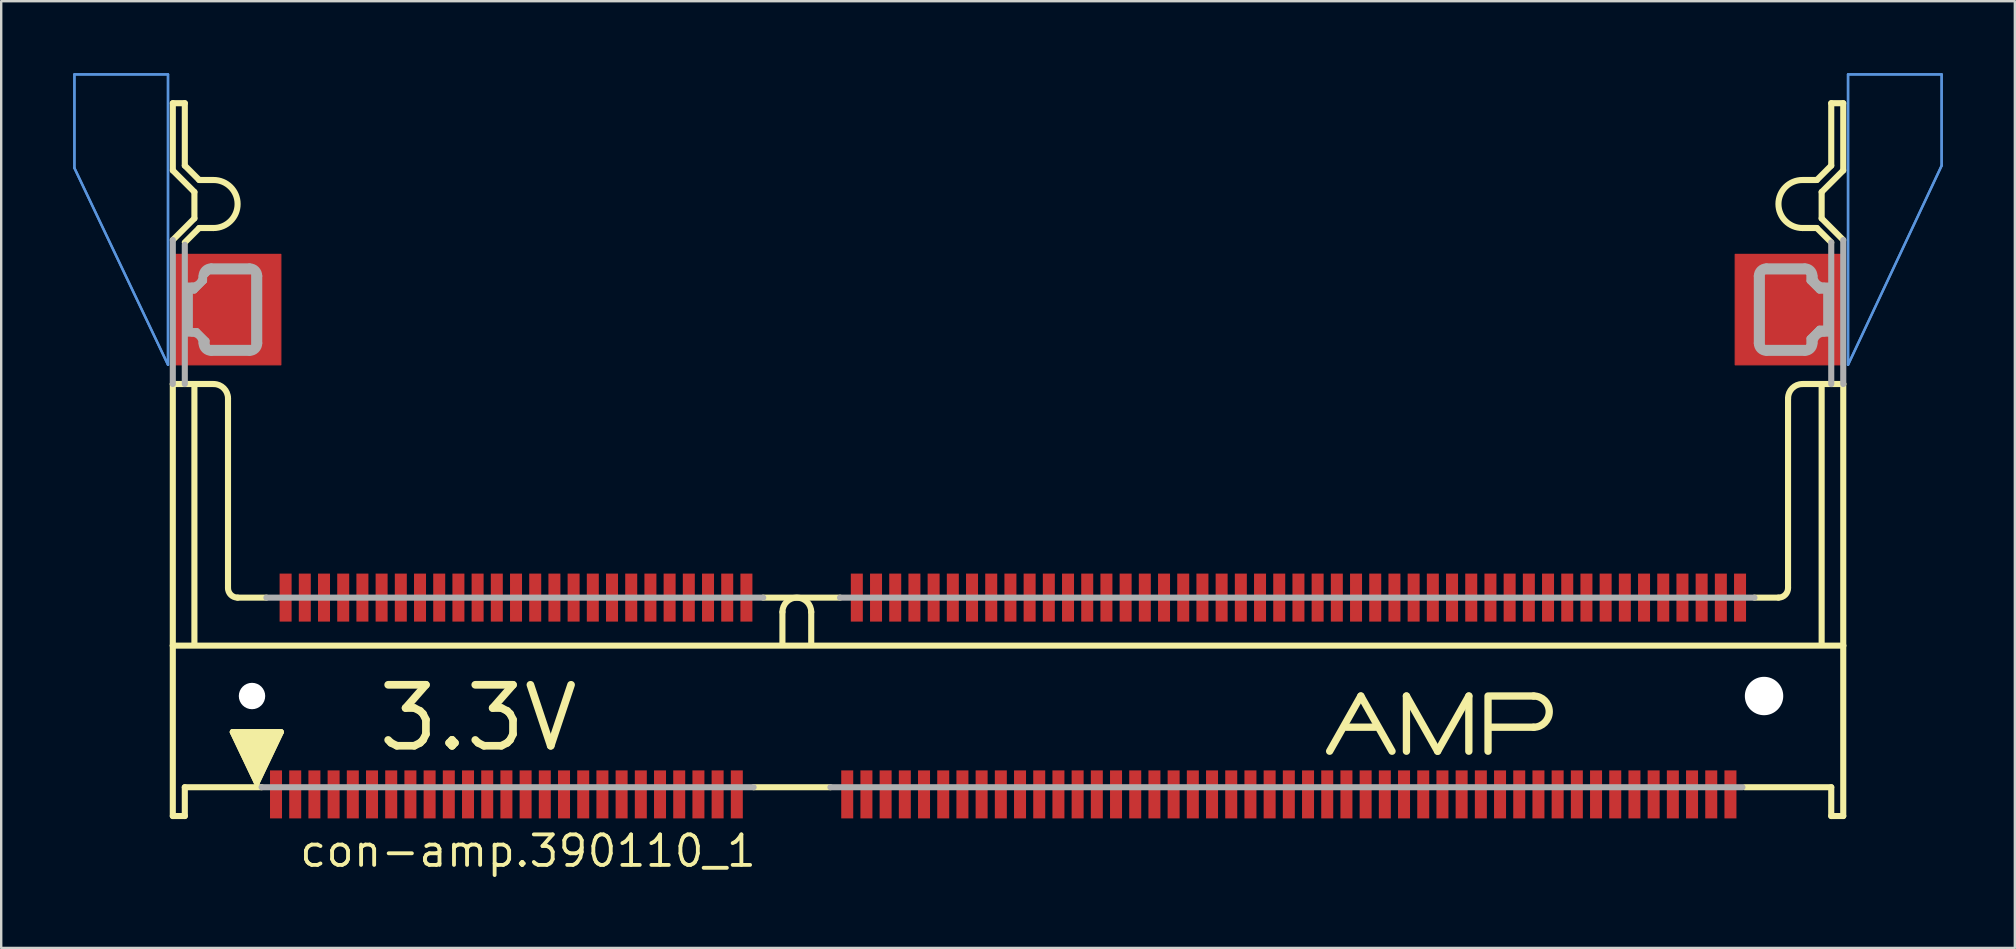
<source format=kicad_pcb>
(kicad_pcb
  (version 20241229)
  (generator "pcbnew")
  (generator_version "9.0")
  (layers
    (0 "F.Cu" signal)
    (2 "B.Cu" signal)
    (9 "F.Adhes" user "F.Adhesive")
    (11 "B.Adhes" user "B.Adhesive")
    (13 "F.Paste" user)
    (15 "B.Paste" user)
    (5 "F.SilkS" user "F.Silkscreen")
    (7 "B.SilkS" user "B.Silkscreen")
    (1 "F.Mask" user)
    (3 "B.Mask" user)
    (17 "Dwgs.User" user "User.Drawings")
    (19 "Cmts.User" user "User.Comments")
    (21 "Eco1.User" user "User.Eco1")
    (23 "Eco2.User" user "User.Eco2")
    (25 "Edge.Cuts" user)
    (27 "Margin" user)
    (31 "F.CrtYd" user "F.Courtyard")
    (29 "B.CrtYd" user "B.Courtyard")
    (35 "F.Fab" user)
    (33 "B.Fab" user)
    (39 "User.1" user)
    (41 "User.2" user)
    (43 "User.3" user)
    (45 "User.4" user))
  (footprint "con-amp.390110_1"
    (layer "F.Cu")
    (at 38.95 25.95)
    (property "Reference" "con-amp.390110_1" (at -29.6 7.2 0) (layer "F.SilkS") (effects (font (size 1.27 1.27) (thickness 0.16)) (justify left bottom)))
    (attr smd)
    (fp_rect (start -34.8 -13.8) (end -30.3 -18.4) (stroke (width 0.05) (type default)) (fill yes) (layer "F.Cu"))
    (fp_rect (start 30.3 -13.8) (end 34.8 -18.4) (stroke (width 0.05) (type default)) (fill yes) (layer "F.Cu"))
    (fp_rect (start -34.9 -13.725) (end -30.2 -18.475) (stroke (width 0.05) (type default)) (fill yes) (layer "F.Mask"))
    (fp_rect (start 30.225 -13.725) (end 34.925 -18.475) (stroke (width 0.05) (type default)) (fill yes) (layer "F.Mask"))
    (fp_line (start -34.8 -24.7) (end -34.8 -21.9) (stroke (width 0.254) (type default)) (layer "F.SilkS"))
    (fp_line (start -34.8 -21.9) (end -33.9 -21) (stroke (width 0.254) (type default)) (layer "F.SilkS"))
    (fp_line (start -34.8 -2.1) (end -34.8 -13) (stroke (width 0.254) (type default)) (layer "F.SilkS"))
    (fp_line (start -34.8 -2.1) (end 34.8 -2.1) (stroke (width 0.254) (type default)) (layer "F.SilkS"))
    (fp_line (start -34.8 5) (end -34.8 -2.1) (stroke (width 0.254) (type default)) (layer "F.SilkS"))
    (fp_line (start -34.3 -24.7) (end -34.8 -24.7) (stroke (width 0.254) (type default)) (layer "F.SilkS"))
    (fp_line (start -34.3 -22.1) (end -34.3 -24.7) (stroke (width 0.254) (type default)) (layer "F.SilkS"))
    (fp_line (start -34.3 -22.1) (end -33.7 -21.5) (stroke (width 0.254) (type default)) (layer "F.SilkS"))
    (fp_line (start -34.3 3.8) (end -34.3 5) (stroke (width 0.254) (type default)) (layer "F.SilkS"))
    (fp_line (start -34.3 5) (end -34.8 5) (stroke (width 0.254) (type default)) (layer "F.SilkS"))
    (fp_line (start -33.9 -21) (end -33.9 -19.9) (stroke (width 0.254) (type default)) (layer "F.SilkS"))
    (fp_line (start -33.9 -19.9) (end -34.8 -19) (stroke (width 0.254) (type default)) (layer "F.SilkS"))
    (fp_line (start -33.9 -13) (end -34.8 -13) (stroke (width 0.254) (type default)) (layer "F.SilkS"))
    (fp_line (start -33.9 -13) (end -33.1 -13) (stroke (width 0.254) (type default)) (layer "F.SilkS"))
    (fp_line (start -33.9 -2.2) (end -33.9 -13) (stroke (width 0.254) (type default)) (layer "F.SilkS"))
    (fp_line (start -33.7 -19.5) (end -34.3 -18.9) (stroke (width 0.254) (type default)) (layer "F.SilkS"))
    (fp_line (start -33.1 -21.5) (end -33.7 -21.5) (stroke (width 0.254) (type default)) (layer "F.SilkS"))
    (fp_line (start -33.1 -19.5) (end -33.7 -19.5) (stroke (width 0.254) (type default)) (layer "F.SilkS"))
    (fp_line (start -32.5 -12.4) (end -32.5 -4.5) (stroke (width 0.254) (type default)) (layer "F.SilkS"))
    (fp_line (start -32.3 1.5) (end -30.3 1.5) (stroke (width 0.254) (type default)) (layer "F.SilkS"))
    (fp_line (start -32.1 -4.1) (end -30.9 -4.1) (stroke (width 0.254) (type default)) (layer "F.SilkS"))
    (fp_line (start -31.3 3.6) (end -32.3 1.5) (stroke (width 0.254) (type default)) (layer "F.SilkS"))
    (fp_line (start -31.1 3.8) (end -34.3 3.8) (stroke (width 0.254) (type default)) (layer "F.SilkS"))
    (fp_line (start -30.3 1.5) (end -31.3 3.6) (stroke (width 0.254) (type default)) (layer "F.SilkS"))
    (fp_line (start -10.2 -4.1) (end -7 -4.1) (stroke (width 0.254) (type default)) (layer "F.SilkS"))
    (fp_line (start -9.4 -3.5) (end -9.4 -2.2) (stroke (width 0.254) (type default)) (layer "F.SilkS"))
    (fp_line (start -8.2 -3.5) (end -8.2 -2.2) (stroke (width 0.254) (type default)) (layer "F.SilkS"))
    (fp_line (start -7.4 3.8) (end -10.6 3.8) (stroke (width 0.254) (type default)) (layer "F.SilkS"))
    (fp_line (start 14.1 1.3) (end 15.3 1.3) (stroke (width 0.305) (type default)) (layer "F.SilkS"))
    (fp_line (start 14.7 0) (end 13.4 2.3) (stroke (width 0.305) (type default)) (layer "F.SilkS"))
    (fp_line (start 14.7 0) (end 16 2.3) (stroke (width 0.305) (type default)) (layer "F.SilkS"))
    (fp_line (start 16.6 0) (end 17.9 2.3) (stroke (width 0.305) (type default)) (layer "F.SilkS"))
    (fp_line (start 16.6 2.3) (end 16.6 0) (stroke (width 0.305) (type default)) (layer "F.SilkS"))
    (fp_line (start 17.9 2.3) (end 19.2 0) (stroke (width 0.305) (type default)) (layer "F.SilkS"))
    (fp_line (start 19.2 0) (end 19.2 2.3) (stroke (width 0.305) (type default)) (layer "F.SilkS"))
    (fp_line (start 20 2.3) (end 20 0) (stroke (width 0.305) (type default)) (layer "F.SilkS"))
    (fp_line (start 20.1 0) (end 21.9 0) (stroke (width 0.305) (type default)) (layer "F.SilkS"))
    (fp_line (start 20.1 1.3) (end 21.9 1.3) (stroke (width 0.305) (type default)) (layer "F.SilkS"))
    (fp_line (start 32.1 -4.1) (end 31.1 -4.1) (stroke (width 0.254) (type default)) (layer "F.SilkS"))
    (fp_line (start 32.5 -4.5) (end 32.5 -12.4) (stroke (width 0.254) (type default)) (layer "F.SilkS"))
    (fp_line (start 33.1 -21.5) (end 33.7 -21.5) (stroke (width 0.254) (type default)) (layer "F.SilkS"))
    (fp_line (start 33.1 -19.5) (end 33.7 -19.5) (stroke (width 0.254) (type default)) (layer "F.SilkS"))
    (fp_line (start 33.1 -13) (end 33.9 -13) (stroke (width 0.254) (type default)) (layer "F.SilkS"))
    (fp_line (start 33.7 -19.5) (end 34.3 -18.9) (stroke (width 0.254) (type default)) (layer "F.SilkS"))
    (fp_line (start 33.9 -21) (end 33.9 -19.9) (stroke (width 0.254) (type default)) (layer "F.SilkS"))
    (fp_line (start 33.9 -19.9) (end 34.8 -19) (stroke (width 0.254) (type default)) (layer "F.SilkS"))
    (fp_line (start 33.9 -13) (end 34.8 -13) (stroke (width 0.254) (type default)) (layer "F.SilkS"))
    (fp_line (start 33.9 -2.2) (end 33.9 -13) (stroke (width 0.254) (type default)) (layer "F.SilkS"))
    (fp_line (start 34.3 -24.7) (end 34.8 -24.7) (stroke (width 0.254) (type default)) (layer "F.SilkS"))
    (fp_line (start 34.3 -22.1) (end 33.7 -21.5) (stroke (width 0.254) (type default)) (layer "F.SilkS"))
    (fp_line (start 34.3 -22.1) (end 34.3 -24.7) (stroke (width 0.254) (type default)) (layer "F.SilkS"))
    (fp_line (start 34.3 3.8) (end 30.7 3.8) (stroke (width 0.254) (type default)) (layer "F.SilkS"))
    (fp_line (start 34.3 5) (end 34.3 3.8) (stroke (width 0.254) (type default)) (layer "F.SilkS"))
    (fp_line (start 34.8 -24.7) (end 34.8 -21.9) (stroke (width 0.254) (type default)) (layer "F.SilkS"))
    (fp_line (start 34.8 -21.9) (end 33.9 -21) (stroke (width 0.254) (type default)) (layer "F.SilkS"))
    (fp_line (start 34.8 -13) (end 34.8 -2.1) (stroke (width 0.254) (type default)) (layer "F.SilkS"))
    (fp_line (start 34.8 -2.1) (end 34.8 5) (stroke (width 0.254) (type default)) (layer "F.SilkS"))
    (fp_line (start 34.8 5) (end 34.3 5) (stroke (width 0.254) (type default)) (layer "F.SilkS"))
    (fp_arc (start -33.1 -21.5) (mid -32.1 -20.5) (end -33.1 -19.5) (stroke (width 0.254) (type default)) (layer "F.SilkS"))
    (fp_arc (start -33.1 -13) (mid -32.675736 -12.824264) (end -32.5 -12.4) (stroke (width 0.254) (type default)) (layer "F.SilkS"))
    (fp_arc (start -32.1 -4.1) (mid -32.382843 -4.217157) (end -32.5 -4.5) (stroke (width 0.254) (type default)) (layer "F.SilkS"))
    (fp_arc (start -9.4 -3.5) (mid -8.8 -4.1) (end -8.2 -3.5) (stroke (width 0.254) (type default)) (layer "F.SilkS"))
    (fp_arc (start 21.9 0) (mid 22.55 0.65) (end 21.9 1.3) (stroke (width 0.3048) (type default)) (layer "F.SilkS"))
    (fp_arc (start 32.5 -12.4) (mid 32.675736 -12.824264) (end 33.1 -13) (stroke (width 0.254) (type default)) (layer "F.SilkS"))
    (fp_arc (start 32.5 -4.5) (mid 32.382843 -4.217157) (end 32.1 -4.1) (stroke (width 0.254) (type default)) (layer "F.SilkS"))
    (fp_arc (start 33.1 -19.5) (mid 32.1 -20.5) (end 33.1 -21.5) (stroke (width 0.254) (type default)) (layer "F.SilkS"))
    (fp_poly (pts (xy -31.3 3.6) (xy -32.3 1.5) (xy -30.3 1.5)) (stroke (width 0.254) (type default)) (fill yes) (layer "F.SilkS"))
    (fp_rect (start -34.55 -14.025) (end -30.775 -18.2) (stroke (width 0.05) (type default)) (fill yes) (layer "F.Paste"))
    (fp_rect (start 30.775 -14.025) (end 34.55 -18.2) (stroke (width 0.05) (type default)) (fill yes) (layer "F.Paste"))
    (fp_line (start -38.9 -25.9) (end -35 -25.9) (stroke (width 0.1) (type default)) (layer "Cmts.User"))
    (fp_line (start -38.9 -22) (end -38.9 -25.9) (stroke (width 0.1) (type default)) (layer "Cmts.User"))
    (fp_line (start -35 -25.9) (end -35 -13.8) (stroke (width 0.1) (type default)) (layer "Cmts.User"))
    (fp_line (start -35 -13.8) (end -38.9 -22) (stroke (width 0.1) (type default)) (layer "Cmts.User"))
    (fp_line (start 35 -25.9) (end 38.9 -25.9) (stroke (width 0.1) (type default)) (layer "Cmts.User"))
    (fp_line (start 35 -13.8) (end 35 -25.9) (stroke (width 0.1) (type default)) (layer "Cmts.User"))
    (fp_line (start 38.9 -25.9) (end 38.9 -22.1) (stroke (width 0.1) (type default)) (layer "Cmts.User"))
    (fp_line (start 38.9 -22.1) (end 35 -13.8) (stroke (width 0.1) (type default)) (layer "Cmts.User"))
    (fp_poly (pts (xy -38.9 -25.9) (xy -35 -25.9) (xy -35 -13.8) (xy -38.9 -22)) (stroke (width 0.1) (type default)) (fill no) (layer "Cmts.User"))
    (fp_poly (pts (xy 38.9 -25.9) (xy 38.9 -22.1) (xy 35 -13.8) (xy 35 -25.9)) (stroke (width 0.1) (type default)) (fill no) (layer "Cmts.User"))
    (fp_line (start -34.8 -13) (end -34.8 -19) (stroke (width 0.254) (type default)) (layer "F.Fab"))
    (fp_line (start -34.3 -13) (end -34.3 -18.8) (stroke (width 0.254) (type default)) (layer "F.Fab"))
    (fp_line (start -34.1 -16.9) (end -33.9 -16.9) (stroke (width 0.254) (type default)) (layer "F.Fab"))
    (fp_line (start -34.1 -15.2) (end -34.1 -16.9) (stroke (width 0.254) (type default)) (layer "F.Fab"))
    (fp_line (start -34 -17.1) (end -34.2 -17.1) (stroke (width 0.254) (type default)) (layer "F.Fab"))
    (fp_line (start -34 -15.1) (end -34.2 -15.1) (stroke (width 0.254) (type default)) (layer "F.Fab"))
    (fp_line (start -33.9 -16.9) (end -33.5 -17.3) (stroke (width 0.254) (type default)) (layer "F.Fab"))
    (fp_line (start -33.8 -15.2) (end -34.1 -15.2) (stroke (width 0.254) (type default)) (layer "F.Fab"))
    (fp_line (start -33.5 -17.5) (end -33.3 -17.7) (stroke (width 0.254) (type default)) (layer "F.Fab"))
    (fp_line (start -33.5 -17.3) (end -33.5 -17.5) (stroke (width 0.254) (type default)) (layer "F.Fab"))
    (fp_line (start -33.4 -14.8) (end -33.8 -15.2) (stroke (width 0.254) (type default)) (layer "F.Fab"))
    (fp_line (start -33.4 -14.6) (end -33.4 -14.8) (stroke (width 0.254) (type default)) (layer "F.Fab"))
    (fp_line (start -33.3 -17.7) (end -31.4 -17.7) (stroke (width 0.254) (type default)) (layer "F.Fab"))
    (fp_line (start -33.3 -14.5) (end -33.4 -14.6) (stroke (width 0.254) (type default)) (layer "F.Fab"))
    (fp_line (start -33.2 -17.9) (end -31.6 -17.9) (stroke (width 0.254) (type default)) (layer "F.Fab"))
    (fp_line (start -31.6 -14.3) (end -33.2 -14.3) (stroke (width 0.254) (type default)) (layer "F.Fab"))
    (fp_line (start -31.4 -17.7) (end -31.4 -14.5) (stroke (width 0.254) (type default)) (layer "F.Fab"))
    (fp_line (start -31.4 -14.5) (end -33.3 -14.5) (stroke (width 0.254) (type default)) (layer "F.Fab"))
    (fp_line (start -31.2 -17.5) (end -31.2 -14.7) (stroke (width 0.254) (type default)) (layer "F.Fab"))
    (fp_line (start -31.1 3.8) (end -10.6 3.8) (stroke (width 0.254) (type default)) (layer "F.Fab"))
    (fp_line (start -30.9 -4.1) (end -10.2 -4.1) (stroke (width 0.254) (type default)) (layer "F.Fab"))
    (fp_line (start -7.4 3.8) (end 30.6 3.8) (stroke (width 0.254) (type default)) (layer "F.Fab"))
    (fp_line (start -7 -4.1) (end 31.1 -4.1) (stroke (width 0.254) (type default)) (layer "F.Fab"))
    (fp_line (start 31.2 -17.5) (end 31.2 -14.7) (stroke (width 0.254) (type default)) (layer "F.Fab"))
    (fp_line (start 31.4 -17.6) (end 31.5 -17.7) (stroke (width 0.254) (type default)) (layer "F.Fab"))
    (fp_line (start 31.4 -14.6) (end 31.4 -17.6) (stroke (width 0.254) (type default)) (layer "F.Fab"))
    (fp_line (start 31.5 -17.7) (end 33.3 -17.7) (stroke (width 0.254) (type default)) (layer "F.Fab"))
    (fp_line (start 31.5 -14.5) (end 31.4 -14.6) (stroke (width 0.254) (type default)) (layer "F.Fab"))
    (fp_line (start 31.6 -14.3) (end 33.2 -14.3) (stroke (width 0.254) (type default)) (layer "F.Fab"))
    (fp_line (start 33.2 -17.9) (end 31.6 -17.9) (stroke (width 0.254) (type default)) (layer "F.Fab"))
    (fp_line (start 33.3 -17.7) (end 33.4 -17.6) (stroke (width 0.254) (type default)) (layer "F.Fab"))
    (fp_line (start 33.3 -14.5) (end 31.5 -14.5) (stroke (width 0.254) (type default)) (layer "F.Fab"))
    (fp_line (start 33.4 -17.6) (end 33.4 -17.3) (stroke (width 0.254) (type default)) (layer "F.Fab"))
    (fp_line (start 33.4 -17.3) (end 33.8 -16.9) (stroke (width 0.254) (type default)) (layer "F.Fab"))
    (fp_line (start 33.4 -14.9) (end 33.4 -14.6) (stroke (width 0.254) (type default)) (layer "F.Fab"))
    (fp_line (start 33.4 -14.6) (end 33.3 -14.5) (stroke (width 0.254) (type default)) (layer "F.Fab"))
    (fp_line (start 33.8 -16.9) (end 34.1 -16.9) (stroke (width 0.254) (type default)) (layer "F.Fab"))
    (fp_line (start 33.8 -15.3) (end 33.4 -14.9) (stroke (width 0.254) (type default)) (layer "F.Fab"))
    (fp_line (start 34 -17.1) (end 34.2 -17.1) (stroke (width 0.254) (type default)) (layer "F.Fab"))
    (fp_line (start 34 -15.1) (end 34.2 -15.1) (stroke (width 0.254) (type default)) (layer "F.Fab"))
    (fp_line (start 34.1 -16.9) (end 34.1 -15.3) (stroke (width 0.254) (type default)) (layer "F.Fab"))
    (fp_line (start 34.1 -15.3) (end 33.8 -15.3) (stroke (width 0.254) (type default)) (layer "F.Fab"))
    (fp_line (start 34.3 -18.9) (end 34.3 -13) (stroke (width 0.254) (type default)) (layer "F.Fab"))
    (fp_line (start 34.8 -19) (end 34.8 -13) (stroke (width 0.254) (type default)) (layer "F.Fab"))
    (fp_arc (start -34 -15.1) (mid -33.717157 -14.982843) (end -33.6 -14.7) (stroke (width 0.254) (type default)) (layer "F.Fab"))
    (fp_arc (start -33.6 -17.5) (mid -33.717157 -17.217157) (end -34 -17.1) (stroke (width 0.254) (type default)) (layer "F.Fab"))
    (fp_arc (start -33.6 -17.5) (mid -33.482843 -17.782843) (end -33.2 -17.9) (stroke (width 0.254) (type default)) (layer "F.Fab"))
    (fp_arc (start -33.2 -14.3) (mid -33.482843 -14.417157) (end -33.6 -14.7) (stroke (width 0.254) (type default)) (layer "F.Fab"))
    (fp_arc (start -31.6 -17.9) (mid -31.317157 -17.782843) (end -31.2 -17.5) (stroke (width 0.254) (type default)) (layer "F.Fab"))
    (fp_arc (start -31.2 -14.7) (mid -31.317157 -14.417157) (end -31.6 -14.3) (stroke (width 0.254) (type default)) (layer "F.Fab"))
    (fp_arc (start 31.2 -17.5) (mid 31.317157 -17.782843) (end 31.6 -17.9) (stroke (width 0.254) (type default)) (layer "F.Fab"))
    (fp_arc (start 31.6 -14.3) (mid 31.317157 -14.417157) (end 31.2 -14.7) (stroke (width 0.254) (type default)) (layer "F.Fab"))
    (fp_arc (start 33.2 -17.9) (mid 33.482843 -17.782843) (end 33.6 -17.5) (stroke (width 0.254) (type default)) (layer "F.Fab"))
    (fp_arc (start 33.6 -14.7) (mid 33.482843 -14.417157) (end 33.2 -14.3) (stroke (width 0.254) (type default)) (layer "F.Fab"))
    (fp_arc (start 33.6 -14.7) (mid 33.717157 -14.982843) (end 34 -15.1) (stroke (width 0.254) (type default)) (layer "F.Fab"))
    (fp_arc (start 34 -17.1) (mid 33.717157 -17.217157) (end 33.6 -17.5) (stroke (width 0.254) (type default)) (layer "F.Fab"))
    (fp_poly (pts (xy -34.1 -16.9) (xy -33.9 -16.9) (xy -33.5 -17.3) (xy -33.5 -17.5) (xy -33.3 -17.7) (xy -31.4 -17.7) (xy -31.4 -14.5) (xy -33.3 -14.5) (xy -33.4 -14.6) (xy -33.4 -14.8) (xy -33.8 -15.2) (xy -34.1 -15.2) (xy -34.1 -16.8)) (stroke (width 0.254) (type default)) (fill no) (layer "F.Fab"))
    (fp_poly (pts (xy 31.4 -17.6) (xy 31.5 -17.7) (xy 33.3 -17.7) (xy 33.4 -17.6) (xy 33.4 -17.3) (xy 33.8 -16.9) (xy 34.1 -16.9) (xy 34.1 -15.3) (xy 33.8 -15.3) (xy 33.4 -14.9) (xy 33.4 -14.6) (xy 33.3 -14.5) (xy 31.5 -14.5) (xy 31.4 -14.6) (xy 31.4 -17.5)) (stroke (width 0.254) (type default)) (fill no) (layer "F.Fab"))
    (fp_text user "3.3V" (at -26.4 2.4 0) (layer "F.SilkS") (effects (font (size 2.54 2.54) (thickness 0.32)) (justify left bottom)))
    (pad "" np_thru_hole circle (at -31.5 0) (size 1.1 1.1) (drill 1.1) (layers "*.Cu" "*.Mask"))
    (pad "" np_thru_hole circle (at 31.5 0) (size 1.6 1.6) (drill 1.6) (layers "*.Cu" "*.Mask"))
    (pad "1" smd roundrect (at -30.5 4.1) (size 0.5 2) (layers "F.Cu" "F.Mask" "F.Paste") (roundrect_rratio 0.01))
    (pad "2" smd roundrect (at -29.7 4.1) (size 0.5 2) (layers "F.Cu" "F.Mask" "F.Paste") (roundrect_rratio 0.01))
    (pad "3" smd roundrect (at -28.9 4.1) (size 0.5 2) (layers "F.Cu" "F.Mask" "F.Paste") (roundrect_rratio 0.01))
    (pad "4" smd roundrect (at -28.1 4.1) (size 0.5 2) (layers "F.Cu" "F.Mask" "F.Paste") (roundrect_rratio 0.01))
    (pad "5" smd roundrect (at -27.3 4.1) (size 0.5 2) (layers "F.Cu" "F.Mask" "F.Paste") (roundrect_rratio 0.01))
    (pad "6" smd roundrect (at -26.5 4.1) (size 0.5 2) (layers "F.Cu" "F.Mask" "F.Paste") (roundrect_rratio 0.01))
    (pad "7" smd roundrect (at -25.7 4.1) (size 0.5 2) (layers "F.Cu" "F.Mask" "F.Paste") (roundrect_rratio 0.01))
    (pad "8" smd roundrect (at -24.9 4.1) (size 0.5 2) (layers "F.Cu" "F.Mask" "F.Paste") (roundrect_rratio 0.01))
    (pad "9" smd roundrect (at -24.1 4.1) (size 0.5 2) (layers "F.Cu" "F.Mask" "F.Paste") (roundrect_rratio 0.01))
    (pad "10" smd roundrect (at -23.3 4.1) (size 0.5 2) (layers "F.Cu" "F.Mask" "F.Paste") (roundrect_rratio 0.01))
    (pad "11" smd roundrect (at -22.5 4.1) (size 0.5 2) (layers "F.Cu" "F.Mask" "F.Paste") (roundrect_rratio 0.01))
    (pad "12" smd roundrect (at -21.7 4.1) (size 0.5 2) (layers "F.Cu" "F.Mask" "F.Paste") (roundrect_rratio 0.01))
    (pad "13" smd roundrect (at -20.9 4.1) (size 0.5 2) (layers "F.Cu" "F.Mask" "F.Paste") (roundrect_rratio 0.01))
    (pad "14" smd roundrect (at -20.1 4.1) (size 0.5 2) (layers "F.Cu" "F.Mask" "F.Paste") (roundrect_rratio 0.01))
    (pad "15" smd roundrect (at -19.3 4.1) (size 0.5 2) (layers "F.Cu" "F.Mask" "F.Paste") (roundrect_rratio 0.01))
    (pad "16" smd roundrect (at -18.5 4.1) (size 0.5 2) (layers "F.Cu" "F.Mask" "F.Paste") (roundrect_rratio 0.01))
    (pad "17" smd roundrect (at -17.7 4.1) (size 0.5 2) (layers "F.Cu" "F.Mask" "F.Paste") (roundrect_rratio 0.01))
    (pad "18" smd roundrect (at -16.9 4.1) (size 0.5 2) (layers "F.Cu" "F.Mask" "F.Paste") (roundrect_rratio 0.01))
    (pad "19" smd roundrect (at -16.1 4.1) (size 0.5 2) (layers "F.Cu" "F.Mask" "F.Paste") (roundrect_rratio 0.01))
    (pad "20" smd roundrect (at -15.3 4.1) (size 0.5 2) (layers "F.Cu" "F.Mask" "F.Paste") (roundrect_rratio 0.01))
    (pad "21" smd roundrect (at -14.5 4.1) (size 0.5 2) (layers "F.Cu" "F.Mask" "F.Paste") (roundrect_rratio 0.01))
    (pad "22" smd roundrect (at -13.7 4.1) (size 0.5 2) (layers "F.Cu" "F.Mask" "F.Paste") (roundrect_rratio 0.01))
    (pad "23" smd roundrect (at -12.9 4.1) (size 0.5 2) (layers "F.Cu" "F.Mask" "F.Paste") (roundrect_rratio 0.01))
    (pad "24" smd roundrect (at -12.1 4.1) (size 0.5 2) (layers "F.Cu" "F.Mask" "F.Paste") (roundrect_rratio 0.01))
    (pad "25" smd roundrect (at -11.3 4.1) (size 0.5 2) (layers "F.Cu" "F.Mask" "F.Paste") (roundrect_rratio 0.01))
    (pad "26" smd roundrect (at -6.7 4.1) (size 0.5 2) (layers "F.Cu" "F.Mask" "F.Paste") (roundrect_rratio 0.01))
    (pad "27" smd roundrect (at -5.9 4.1) (size 0.5 2) (layers "F.Cu" "F.Mask" "F.Paste") (roundrect_rratio 0.01))
    (pad "28" smd roundrect (at -5.1 4.1) (size 0.5 2) (layers "F.Cu" "F.Mask" "F.Paste") (roundrect_rratio 0.01))
    (pad "29" smd roundrect (at -4.3 4.1) (size 0.5 2) (layers "F.Cu" "F.Mask" "F.Paste") (roundrect_rratio 0.01))
    (pad "30" smd roundrect (at -3.5 4.1) (size 0.5 2) (layers "F.Cu" "F.Mask" "F.Paste") (roundrect_rratio 0.01))
    (pad "31" smd roundrect (at -2.7 4.1) (size 0.5 2) (layers "F.Cu" "F.Mask" "F.Paste") (roundrect_rratio 0.01))
    (pad "32" smd roundrect (at -1.9 4.1) (size 0.5 2) (layers "F.Cu" "F.Mask" "F.Paste") (roundrect_rratio 0.01))
    (pad "33" smd roundrect (at -1.1 4.1) (size 0.5 2) (layers "F.Cu" "F.Mask" "F.Paste") (roundrect_rratio 0.01))
    (pad "34" smd roundrect (at -0.3 4.1) (size 0.5 2) (layers "F.Cu" "F.Mask" "F.Paste") (roundrect_rratio 0.01))
    (pad "35" smd roundrect (at 0.5 4.1) (size 0.5 2) (layers "F.Cu" "F.Mask" "F.Paste") (roundrect_rratio 0.01))
    (pad "36" smd roundrect (at 1.3 4.1) (size 0.5 2) (layers "F.Cu" "F.Mask" "F.Paste") (roundrect_rratio 0.01))
    (pad "37" smd roundrect (at 2.1 4.1) (size 0.5 2) (layers "F.Cu" "F.Mask" "F.Paste") (roundrect_rratio 0.01))
    (pad "38" smd roundrect (at 2.9 4.1) (size 0.5 2) (layers "F.Cu" "F.Mask" "F.Paste") (roundrect_rratio 0.01))
    (pad "39" smd roundrect (at 3.7 4.1) (size 0.5 2) (layers "F.Cu" "F.Mask" "F.Paste") (roundrect_rratio 0.01))
    (pad "40" smd roundrect (at 4.5 4.1) (size 0.5 2) (layers "F.Cu" "F.Mask" "F.Paste") (roundrect_rratio 0.01))
    (pad "41" smd roundrect (at 5.3 4.1) (size 0.5 2) (layers "F.Cu" "F.Mask" "F.Paste") (roundrect_rratio 0.01))
    (pad "42" smd roundrect (at 6.1 4.1) (size 0.5 2) (layers "F.Cu" "F.Mask" "F.Paste") (roundrect_rratio 0.01))
    (pad "43" smd roundrect (at 6.9 4.1) (size 0.5 2) (layers "F.Cu" "F.Mask" "F.Paste") (roundrect_rratio 0.01))
    (pad "44" smd roundrect (at 7.7 4.1) (size 0.5 2) (layers "F.Cu" "F.Mask" "F.Paste") (roundrect_rratio 0.01))
    (pad "45" smd roundrect (at 8.5 4.1) (size 0.5 2) (layers "F.Cu" "F.Mask" "F.Paste") (roundrect_rratio 0.01))
    (pad "46" smd roundrect (at 9.3 4.1) (size 0.5 2) (layers "F.Cu" "F.Mask" "F.Paste") (roundrect_rratio 0.01))
    (pad "47" smd roundrect (at 10.1 4.1) (size 0.5 2) (layers "F.Cu" "F.Mask" "F.Paste") (roundrect_rratio 0.01))
    (pad "48" smd roundrect (at 10.9 4.1) (size 0.5 2) (layers "F.Cu" "F.Mask" "F.Paste") (roundrect_rratio 0.01))
    (pad "49" smd roundrect (at 11.7 4.1) (size 0.5 2) (layers "F.Cu" "F.Mask" "F.Paste") (roundrect_rratio 0.01))
    (pad "50" smd roundrect (at 12.5 4.1) (size 0.5 2) (layers "F.Cu" "F.Mask" "F.Paste") (roundrect_rratio 0.01))
    (pad "51" smd roundrect (at 13.3 4.1) (size 0.5 2) (layers "F.Cu" "F.Mask" "F.Paste") (roundrect_rratio 0.01))
    (pad "52" smd roundrect (at 14.1 4.1) (size 0.5 2) (layers "F.Cu" "F.Mask" "F.Paste") (roundrect_rratio 0.01))
    (pad "53" smd roundrect (at 14.9 4.1) (size 0.5 2) (layers "F.Cu" "F.Mask" "F.Paste") (roundrect_rratio 0.01))
    (pad "54" smd roundrect (at 15.7 4.1) (size 0.5 2) (layers "F.Cu" "F.Mask" "F.Paste") (roundrect_rratio 0.01))
    (pad "55" smd roundrect (at 16.5 4.1) (size 0.5 2) (layers "F.Cu" "F.Mask" "F.Paste") (roundrect_rratio 0.01))
    (pad "56" smd roundrect (at 17.3 4.1) (size 0.5 2) (layers "F.Cu" "F.Mask" "F.Paste") (roundrect_rratio 0.01))
    (pad "57" smd roundrect (at 18.1 4.1) (size 0.5 2) (layers "F.Cu" "F.Mask" "F.Paste") (roundrect_rratio 0.01))
    (pad "58" smd roundrect (at 18.9 4.1) (size 0.5 2) (layers "F.Cu" "F.Mask" "F.Paste") (roundrect_rratio 0.01))
    (pad "59" smd roundrect (at 19.7 4.1) (size 0.5 2) (layers "F.Cu" "F.Mask" "F.Paste") (roundrect_rratio 0.01))
    (pad "60" smd roundrect (at 20.5 4.1) (size 0.5 2) (layers "F.Cu" "F.Mask" "F.Paste") (roundrect_rratio 0.01))
    (pad "61" smd roundrect (at 21.3 4.1) (size 0.5 2) (layers "F.Cu" "F.Mask" "F.Paste") (roundrect_rratio 0.01))
    (pad "62" smd roundrect (at 22.1 4.1) (size 0.5 2) (layers "F.Cu" "F.Mask" "F.Paste") (roundrect_rratio 0.01))
    (pad "63" smd roundrect (at 22.9 4.1) (size 0.5 2) (layers "F.Cu" "F.Mask" "F.Paste") (roundrect_rratio 0.01))
    (pad "64" smd roundrect (at 23.7 4.1) (size 0.5 2) (layers "F.Cu" "F.Mask" "F.Paste") (roundrect_rratio 0.01))
    (pad "65" smd roundrect (at 24.5 4.1) (size 0.5 2) (layers "F.Cu" "F.Mask" "F.Paste") (roundrect_rratio 0.01))
    (pad "66" smd roundrect (at 25.3 4.1) (size 0.5 2) (layers "F.Cu" "F.Mask" "F.Paste") (roundrect_rratio 0.01))
    (pad "67" smd roundrect (at 26.1 4.1) (size 0.5 2) (layers "F.Cu" "F.Mask" "F.Paste") (roundrect_rratio 0.01))
    (pad "68" smd roundrect (at 26.9 4.1) (size 0.5 2) (layers "F.Cu" "F.Mask" "F.Paste") (roundrect_rratio 0.01))
    (pad "69" smd roundrect (at 27.7 4.1) (size 0.5 2) (layers "F.Cu" "F.Mask" "F.Paste") (roundrect_rratio 0.01))
    (pad "70" smd roundrect (at 28.5 4.1) (size 0.5 2) (layers "F.Cu" "F.Mask" "F.Paste") (roundrect_rratio 0.01))
    (pad "71" smd roundrect (at 29.3 4.1) (size 0.5 2) (layers "F.Cu" "F.Mask" "F.Paste") (roundrect_rratio 0.01))
    (pad "72" smd roundrect (at 30.1 4.1) (size 0.5 2) (layers "F.Cu" "F.Mask" "F.Paste") (roundrect_rratio 0.01))
    (pad "73" smd roundrect (at -30.1 -4.1) (size 0.5 2) (layers "F.Cu" "F.Mask" "F.Paste") (roundrect_rratio 0.01))
    (pad "74" smd roundrect (at -29.3 -4.1) (size 0.5 2) (layers "F.Cu" "F.Mask" "F.Paste") (roundrect_rratio 0.01))
    (pad "75" smd roundrect (at -28.5 -4.1) (size 0.5 2) (layers "F.Cu" "F.Mask" "F.Paste") (roundrect_rratio 0.01))
    (pad "76" smd roundrect (at -27.7 -4.1) (size 0.5 2) (layers "F.Cu" "F.Mask" "F.Paste") (roundrect_rratio 0.01))
    (pad "77" smd roundrect (at -26.9 -4.1) (size 0.5 2) (layers "F.Cu" "F.Mask" "F.Paste") (roundrect_rratio 0.01))
    (pad "78" smd roundrect (at -26.1 -4.1) (size 0.5 2) (layers "F.Cu" "F.Mask" "F.Paste") (roundrect_rratio 0.01))
    (pad "79" smd roundrect (at -25.3 -4.1) (size 0.5 2) (layers "F.Cu" "F.Mask" "F.Paste") (roundrect_rratio 0.01))
    (pad "80" smd roundrect (at -24.5 -4.1) (size 0.5 2) (layers "F.Cu" "F.Mask" "F.Paste") (roundrect_rratio 0.01))
    (pad "81" smd roundrect (at -23.7 -4.1) (size 0.5 2) (layers "F.Cu" "F.Mask" "F.Paste") (roundrect_rratio 0.01))
    (pad "82" smd roundrect (at -22.9 -4.1) (size 0.5 2) (layers "F.Cu" "F.Mask" "F.Paste") (roundrect_rratio 0.01))
    (pad "83" smd roundrect (at -22.1 -4.1) (size 0.5 2) (layers "F.Cu" "F.Mask" "F.Paste") (roundrect_rratio 0.01))
    (pad "84" smd roundrect (at -21.3 -4.1) (size 0.5 2) (layers "F.Cu" "F.Mask" "F.Paste") (roundrect_rratio 0.01))
    (pad "85" smd roundrect (at -20.5 -4.1) (size 0.5 2) (layers "F.Cu" "F.Mask" "F.Paste") (roundrect_rratio 0.01))
    (pad "86" smd roundrect (at -19.7 -4.1) (size 0.5 2) (layers "F.Cu" "F.Mask" "F.Paste") (roundrect_rratio 0.01))
    (pad "87" smd roundrect (at -18.9 -4.1) (size 0.5 2) (layers "F.Cu" "F.Mask" "F.Paste") (roundrect_rratio 0.01))
    (pad "88" smd roundrect (at -18.1 -4.1) (size 0.5 2) (layers "F.Cu" "F.Mask" "F.Paste") (roundrect_rratio 0.01))
    (pad "89" smd roundrect (at -17.3 -4.1) (size 0.5 2) (layers "F.Cu" "F.Mask" "F.Paste") (roundrect_rratio 0.01))
    (pad "90" smd roundrect (at -16.5 -4.1) (size 0.5 2) (layers "F.Cu" "F.Mask" "F.Paste") (roundrect_rratio 0.01))
    (pad "91" smd roundrect (at -15.7 -4.1) (size 0.5 2) (layers "F.Cu" "F.Mask" "F.Paste") (roundrect_rratio 0.01))
    (pad "92" smd roundrect (at -14.9 -4.1) (size 0.5 2) (layers "F.Cu" "F.Mask" "F.Paste") (roundrect_rratio 0.01))
    (pad "93" smd roundrect (at -14.1 -4.1) (size 0.5 2) (layers "F.Cu" "F.Mask" "F.Paste") (roundrect_rratio 0.01))
    (pad "94" smd roundrect (at -13.3 -4.1) (size 0.5 2) (layers "F.Cu" "F.Mask" "F.Paste") (roundrect_rratio 0.01))
    (pad "95" smd roundrect (at -12.5 -4.1) (size 0.5 2) (layers "F.Cu" "F.Mask" "F.Paste") (roundrect_rratio 0.01))
    (pad "96" smd roundrect (at -11.7 -4.1) (size 0.5 2) (layers "F.Cu" "F.Mask" "F.Paste") (roundrect_rratio 0.01))
    (pad "97" smd roundrect (at -10.9 -4.1) (size 0.5 2) (layers "F.Cu" "F.Mask" "F.Paste") (roundrect_rratio 0.01))
    (pad "98" smd roundrect (at -6.3 -4.1) (size 0.5 2) (layers "F.Cu" "F.Mask" "F.Paste") (roundrect_rratio 0.01))
    (pad "99" smd roundrect (at -5.5 -4.1) (size 0.5 2) (layers "F.Cu" "F.Mask" "F.Paste") (roundrect_rratio 0.01))
    (pad "100" smd roundrect (at -4.7 -4.1) (size 0.5 2) (layers "F.Cu" "F.Mask" "F.Paste") (roundrect_rratio 0.01))
    (pad "101" smd roundrect (at -3.9 -4.1) (size 0.5 2) (layers "F.Cu" "F.Mask" "F.Paste") (roundrect_rratio 0.01))
    (pad "102" smd roundrect (at -3.1 -4.1) (size 0.5 2) (layers "F.Cu" "F.Mask" "F.Paste") (roundrect_rratio 0.01))
    (pad "103" smd roundrect (at -2.3 -4.1) (size 0.5 2) (layers "F.Cu" "F.Mask" "F.Paste") (roundrect_rratio 0.01))
    (pad "104" smd roundrect (at -1.5 -4.1) (size 0.5 2) (layers "F.Cu" "F.Mask" "F.Paste") (roundrect_rratio 0.01))
    (pad "105" smd roundrect (at -0.7 -4.1) (size 0.5 2) (layers "F.Cu" "F.Mask" "F.Paste") (roundrect_rratio 0.01))
    (pad "106" smd roundrect (at 0.1 -4.1) (size 0.5 2) (layers "F.Cu" "F.Mask" "F.Paste") (roundrect_rratio 0.01))
    (pad "107" smd roundrect (at 0.9 -4.1) (size 0.5 2) (layers "F.Cu" "F.Mask" "F.Paste") (roundrect_rratio 0.01))
    (pad "108" smd roundrect (at 1.7 -4.1) (size 0.5 2) (layers "F.Cu" "F.Mask" "F.Paste") (roundrect_rratio 0.01))
    (pad "109" smd roundrect (at 2.5 -4.1) (size 0.5 2) (layers "F.Cu" "F.Mask" "F.Paste") (roundrect_rratio 0.01))
    (pad "110" smd roundrect (at 3.3 -4.1) (size 0.5 2) (layers "F.Cu" "F.Mask" "F.Paste") (roundrect_rratio 0.01))
    (pad "111" smd roundrect (at 4.1 -4.1) (size 0.5 2) (layers "F.Cu" "F.Mask" "F.Paste") (roundrect_rratio 0.01))
    (pad "112" smd roundrect (at 4.9 -4.1) (size 0.5 2) (layers "F.Cu" "F.Mask" "F.Paste") (roundrect_rratio 0.01))
    (pad "113" smd roundrect (at 5.7 -4.1) (size 0.5 2) (layers "F.Cu" "F.Mask" "F.Paste") (roundrect_rratio 0.01))
    (pad "114" smd roundrect (at 6.5 -4.1) (size 0.5 2) (layers "F.Cu" "F.Mask" "F.Paste") (roundrect_rratio 0.01))
    (pad "115" smd roundrect (at 7.3 -4.1) (size 0.5 2) (layers "F.Cu" "F.Mask" "F.Paste") (roundrect_rratio 0.01))
    (pad "116" smd roundrect (at 8.1 -4.1) (size 0.5 2) (layers "F.Cu" "F.Mask" "F.Paste") (roundrect_rratio 0.01))
    (pad "117" smd roundrect (at 8.9 -4.1) (size 0.5 2) (layers "F.Cu" "F.Mask" "F.Paste") (roundrect_rratio 0.01))
    (pad "118" smd roundrect (at 9.7 -4.1) (size 0.5 2) (layers "F.Cu" "F.Mask" "F.Paste") (roundrect_rratio 0.01))
    (pad "119" smd roundrect (at 10.5 -4.1) (size 0.5 2) (layers "F.Cu" "F.Mask" "F.Paste") (roundrect_rratio 0.01))
    (pad "120" smd roundrect (at 11.3 -4.1) (size 0.5 2) (layers "F.Cu" "F.Mask" "F.Paste") (roundrect_rratio 0.01))
    (pad "121" smd roundrect (at 12.1 -4.1) (size 0.5 2) (layers "F.Cu" "F.Mask" "F.Paste") (roundrect_rratio 0.01))
    (pad "122" smd roundrect (at 12.9 -4.1) (size 0.5 2) (layers "F.Cu" "F.Mask" "F.Paste") (roundrect_rratio 0.01))
    (pad "123" smd roundrect (at 13.7 -4.1) (size 0.5 2) (layers "F.Cu" "F.Mask" "F.Paste") (roundrect_rratio 0.01))
    (pad "124" smd roundrect (at 14.5 -4.1) (size 0.5 2) (layers "F.Cu" "F.Mask" "F.Paste") (roundrect_rratio 0.01))
    (pad "125" smd roundrect (at 15.3 -4.1) (size 0.5 2) (layers "F.Cu" "F.Mask" "F.Paste") (roundrect_rratio 0.01))
    (pad "126" smd roundrect (at 16.1 -4.1) (size 0.5 2) (layers "F.Cu" "F.Mask" "F.Paste") (roundrect_rratio 0.01))
    (pad "127" smd roundrect (at 16.9 -4.1) (size 0.5 2) (layers "F.Cu" "F.Mask" "F.Paste") (roundrect_rratio 0.01))
    (pad "128" smd roundrect (at 17.7 -4.1) (size 0.5 2) (layers "F.Cu" "F.Mask" "F.Paste") (roundrect_rratio 0.01))
    (pad "129" smd roundrect (at 18.5 -4.1) (size 0.5 2) (layers "F.Cu" "F.Mask" "F.Paste") (roundrect_rratio 0.01))
    (pad "130" smd roundrect (at 19.3 -4.1) (size 0.5 2) (layers "F.Cu" "F.Mask" "F.Paste") (roundrect_rratio 0.01))
    (pad "131" smd roundrect (at 20.1 -4.1) (size 0.5 2) (layers "F.Cu" "F.Mask" "F.Paste") (roundrect_rratio 0.01))
    (pad "132" smd roundrect (at 20.9 -4.1) (size 0.5 2) (layers "F.Cu" "F.Mask" "F.Paste") (roundrect_rratio 0.01))
    (pad "133" smd roundrect (at 21.7 -4.1) (size 0.5 2) (layers "F.Cu" "F.Mask" "F.Paste") (roundrect_rratio 0.01))
    (pad "134" smd roundrect (at 22.5 -4.1) (size 0.5 2) (layers "F.Cu" "F.Mask" "F.Paste") (roundrect_rratio 0.01))
    (pad "135" smd roundrect (at 23.3 -4.1) (size 0.5 2) (layers "F.Cu" "F.Mask" "F.Paste") (roundrect_rratio 0.01))
    (pad "136" smd roundrect (at 24.1 -4.1) (size 0.5 2) (layers "F.Cu" "F.Mask" "F.Paste") (roundrect_rratio 0.01))
    (pad "137" smd roundrect (at 24.9 -4.1) (size 0.5 2) (layers "F.Cu" "F.Mask" "F.Paste") (roundrect_rratio 0.01))
    (pad "138" smd roundrect (at 25.7 -4.1) (size 0.5 2) (layers "F.Cu" "F.Mask" "F.Paste") (roundrect_rratio 0.01))
    (pad "139" smd roundrect (at 26.5 -4.1) (size 0.5 2) (layers "F.Cu" "F.Mask" "F.Paste") (roundrect_rratio 0.01))
    (pad "140" smd roundrect (at 27.3 -4.1) (size 0.5 2) (layers "F.Cu" "F.Mask" "F.Paste") (roundrect_rratio 0.01))
    (pad "141" smd roundrect (at 28.1 -4.1) (size 0.5 2) (layers "F.Cu" "F.Mask" "F.Paste") (roundrect_rratio 0.01))
    (pad "142" smd roundrect (at 28.9 -4.1) (size 0.5 2) (layers "F.Cu" "F.Mask" "F.Paste") (roundrect_rratio 0.01))
    (pad "143" smd roundrect (at 29.7 -4.1) (size 0.5 2) (layers "F.Cu" "F.Mask" "F.Paste") (roundrect_rratio 0.01))
    (pad "144" smd roundrect (at 30.5 -4.1) (size 0.5 2) (layers "F.Cu" "F.Mask" "F.Paste") (roundrect_rratio 0.01)))
  (gr_rect
    (start -3 -3)
    (end 80.9 36.447)
    (stroke (width 0.1) (type default))
    (fill no)
    (layer "Edge.Cuts")))
</source>
